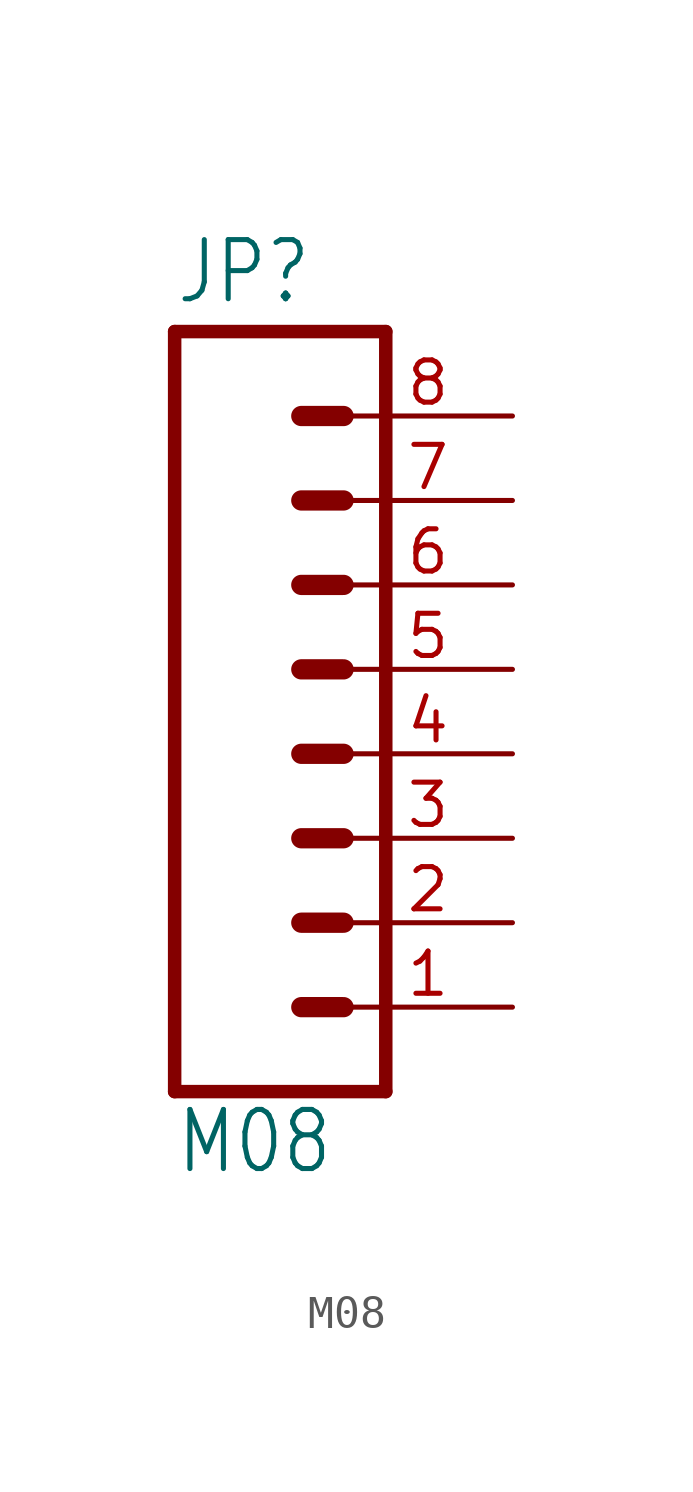
<source format=kicad_sym>
(kicad_symbol_lib
  (version 20211014)
  (generator kicad_symbol_editor)
  (symbol "M08"
    (property "Reference" "JP"
      (at -5.08 13.462 0)
      (effects (font (size 1.778 1.511)) (justify left bottom)))
    (property "Value" "M08"
      (at -5.08 -12.7 0)
      (effects (font (size 1.778 1.511)) (justify left bottom)))
    (property "ki_locked" ""
      (at 0 0 0)
      (effects (font (size 1.27 1.27))))
    (symbol "M08_1_0"
      (polyline (pts (xy -5.08 12.7) (xy -5.08 -10.16)) (stroke (width 0.406) (type default) (color 0 0 0 0)) (fill (type none)))
      (polyline (pts (xy -5.08 12.7) (xy 1.27 12.7)) (stroke (width 0.406) (type default) (color 0 0 0 0)) (fill (type none)))
      (polyline (pts (xy -1.27 -7.62) (xy 0 -7.62)) (stroke (width 0.61) (type default) (color 0 0 0 0)) (fill (type none)))
      (polyline (pts (xy -1.27 -5.08) (xy 0 -5.08)) (stroke (width 0.61) (type default) (color 0 0 0 0)) (fill (type none)))
      (polyline (pts (xy -1.27 -2.54) (xy 0 -2.54)) (stroke (width 0.61) (type default) (color 0 0 0 0)) (fill (type none)))
      (polyline (pts (xy -1.27 0) (xy 0 0)) (stroke (width 0.61) (type default) (color 0 0 0 0)) (fill (type none)))
      (polyline (pts (xy -1.27 2.54) (xy 0 2.54)) (stroke (width 0.61) (type default) (color 0 0 0 0)) (fill (type none)))
      (polyline (pts (xy -1.27 5.08) (xy 0 5.08)) (stroke (width 0.61) (type default) (color 0 0 0 0)) (fill (type none)))
      (polyline (pts (xy -1.27 7.62) (xy 0 7.62)) (stroke (width 0.61) (type default) (color 0 0 0 0)) (fill (type none)))
      (polyline (pts (xy -1.27 10.16) (xy 0 10.16)) (stroke (width 0.61) (type default) (color 0 0 0 0)) (fill (type none)))
      (polyline (pts (xy 1.27 -10.16) (xy -5.08 -10.16)) (stroke (width 0.406) (type default) (color 0 0 0 0)) (fill (type none)))
      (polyline (pts (xy 1.27 -10.16) (xy 1.27 12.7)) (stroke (width 0.406) (type default) (color 0 0 0 0)) (fill (type none)))
      (pin passive line (at 5.08 -7.62 180) (length 5.08) (name "1" (effects (font (size 0 0)))) (number "1" (effects (font (size 1.27 1.27)))))
      (pin passive line (at 5.08 -5.08 180) (length 5.08) (name "2" (effects (font (size 0 0)))) (number "2" (effects (font (size 1.27 1.27)))))
      (pin passive line (at 5.08 -2.54 180) (length 5.08) (name "3" (effects (font (size 0 0)))) (number "3" (effects (font (size 1.27 1.27)))))
      (pin passive line (at 5.08 0 180) (length 5.08) (name "4" (effects (font (size 0 0)))) (number "4" (effects (font (size 1.27 1.27)))))
      (pin passive line (at 5.08 2.54 180) (length 5.08) (name "5" (effects (font (size 0 0)))) (number "5" (effects (font (size 1.27 1.27)))))
      (pin passive line (at 5.08 5.08 180) (length 5.08) (name "6" (effects (font (size 0 0)))) (number "6" (effects (font (size 1.27 1.27)))))
      (pin passive line (at 5.08 7.62 180) (length 5.08) (name "7" (effects (font (size 0 0)))) (number "7" (effects (font (size 1.27 1.27)))))
      (pin passive line (at 5.08 10.16 180) (length 5.08) (name "8" (effects (font (size 0 0)))) (number "8" (effects (font (size 1.27 1.27))))))))
</source>
